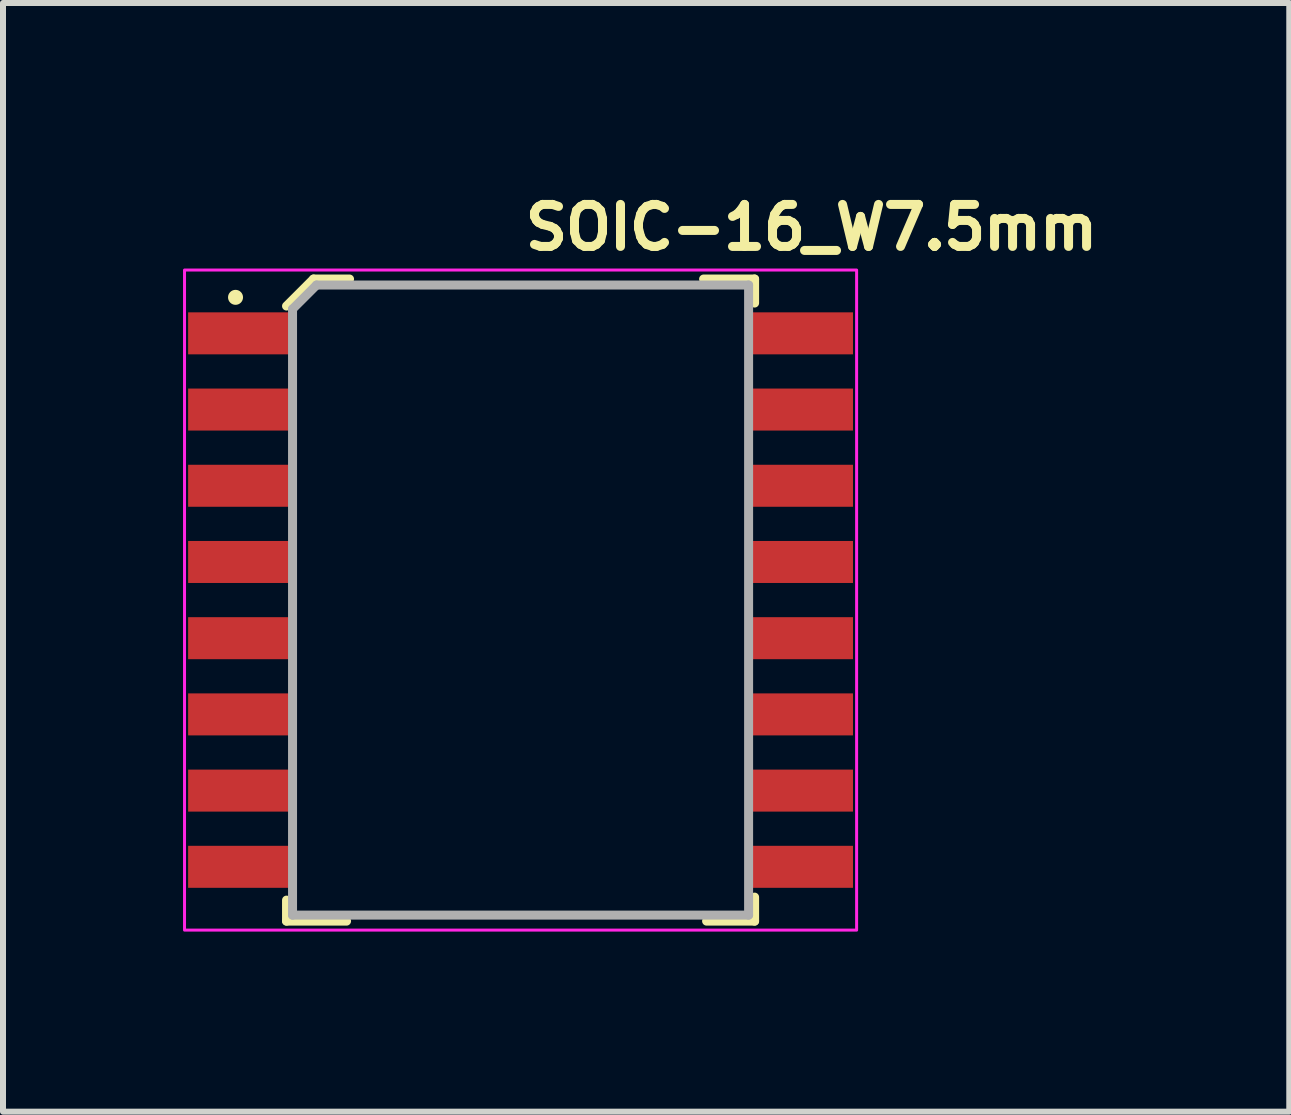
<source format=kicad_pcb>
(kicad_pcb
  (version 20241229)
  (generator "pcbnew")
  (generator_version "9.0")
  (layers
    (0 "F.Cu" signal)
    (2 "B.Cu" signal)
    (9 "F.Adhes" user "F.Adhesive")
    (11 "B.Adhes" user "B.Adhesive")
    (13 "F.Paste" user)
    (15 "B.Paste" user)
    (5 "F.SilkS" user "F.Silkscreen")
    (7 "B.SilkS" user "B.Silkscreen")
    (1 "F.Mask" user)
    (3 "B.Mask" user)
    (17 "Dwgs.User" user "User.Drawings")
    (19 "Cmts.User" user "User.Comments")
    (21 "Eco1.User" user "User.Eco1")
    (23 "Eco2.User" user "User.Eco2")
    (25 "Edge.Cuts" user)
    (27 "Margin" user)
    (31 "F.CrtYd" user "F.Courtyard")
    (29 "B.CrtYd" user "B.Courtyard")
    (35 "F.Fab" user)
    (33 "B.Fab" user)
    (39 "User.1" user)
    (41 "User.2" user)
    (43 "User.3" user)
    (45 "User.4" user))
  (footprint "SOIC-16_W7.5mm"
    (layer "F.Cu")
    (at 5.625 6.95)
    (property "Reference" "SOIC-16_W7.5mm" (at 0 -5.8 0) (layer "F.SilkS") (effects (font (size 0.7 0.7) (thickness 0.15)) (justify left bottom)))
    (attr smd)
    (fp_line (start -3.9 5) (end -3.9 5.35) (stroke (width 0.15) (type solid)) (layer "F.SilkS"))
    (fp_line (start -3.9 5.35) (end -2.9 5.35) (stroke (width 0.15) (type solid)) (layer "F.SilkS"))
    (fp_line (start -3.45 -5.35) (end -3.9 -4.9) (stroke (width 0.15) (type solid)) (layer "F.SilkS"))
    (fp_line (start -2.85 -5.35) (end -3.45 -5.35) (stroke (width 0.15) (type solid)) (layer "F.SilkS"))
    (fp_line (start 3.9 -5.35) (end 3.05 -5.35) (stroke (width 0.15) (type solid)) (layer "F.SilkS"))
    (fp_line (start 3.9 -4.95) (end 3.9 -5.35) (stroke (width 0.15) (type solid)) (layer "F.SilkS"))
    (fp_line (start 3.9 4.95) (end 3.9 5.35) (stroke (width 0.15) (type solid)) (layer "F.SilkS"))
    (fp_line (start 3.9 5.35) (end 3.1 5.35) (stroke (width 0.15) (type solid)) (layer "F.SilkS"))
    (fp_circle (center -4.75 -5.045) (end -4.7 -5.045) (stroke (width 0.15) (type solid)) (fill yes) (layer "F.SilkS"))
    (fp_rect (start 5.6 -5.5) (end -5.6 5.5) (stroke (width 0.05) (type solid)) (fill no) (layer "F.CrtYd"))
    (fp_line (start -3.8 -4.85) (end -3.8 5.25) (stroke (width 0.15) (type solid)) (layer "F.Fab"))
    (fp_line (start -3.8 -4.85) (end -3.4 -5.25) (stroke (width 0.15) (type solid)) (layer "F.Fab"))
    (fp_line (start 3.8 -5.25) (end -3.4 -5.25) (stroke (width 0.15) (type solid)) (layer "F.Fab"))
    (fp_line (start 3.8 -5.25) (end 3.8 5.25) (stroke (width 0.15) (type solid)) (layer "F.Fab"))
    (fp_line (start 3.8 5.25) (end -3.8 5.25) (stroke (width 0.15) (type solid)) (layer "F.Fab"))
    (fp_rect (start 5.167 -5.15) (end -5.167 5.15) (stroke (width 0.1) (type solid)) (fill no) (layer "User.5"))
    (fp_line (start -5.167 -4.65) (end -5.167 -4.24) (stroke (width 0.02) (type solid)) (layer "User.9"))
    (fp_line (start -5.167 -3.38) (end -5.167 -2.97) (stroke (width 0.02) (type solid)) (layer "User.9"))
    (fp_line (start -5.167 -2.11) (end -5.167 -1.7) (stroke (width 0.02) (type solid)) (layer "User.9"))
    (fp_line (start -5.167 -0.84) (end -5.167 -0.43) (stroke (width 0.02) (type solid)) (layer "User.9"))
    (fp_line (start -5.167 0.43) (end -5.167 0.84) (stroke (width 0.02) (type solid)) (layer "User.9"))
    (fp_line (start -5.167 1.7) (end -5.167 2.11) (stroke (width 0.02) (type solid)) (layer "User.9"))
    (fp_line (start -5.167 2.97) (end -5.167 3.38) (stroke (width 0.02) (type solid)) (layer "User.9"))
    (fp_line (start -5.167 4.24) (end -5.167 4.65) (stroke (width 0.02) (type solid)) (layer "User.9"))
    (fp_line (start -4.686 -4.65) (end -5.167 -4.65) (stroke (width 0.02) (type solid)) (layer "User.9"))
    (fp_line (start -4.686 -4.65) (end -4.54 -4.65) (stroke (width 0.02) (type solid)) (layer "User.9"))
    (fp_line (start -4.686 -4.24) (end -5.167 -4.24) (stroke (width 0.02) (type solid)) (layer "User.9"))
    (fp_line (start -4.686 -4.24) (end -4.54 -4.24) (stroke (width 0.02) (type solid)) (layer "User.9"))
    (fp_line (start -4.686 -3.38) (end -5.167 -3.38) (stroke (width 0.02) (type solid)) (layer "User.9"))
    (fp_line (start -4.686 -3.38) (end -4.54 -3.38) (stroke (width 0.02) (type solid)) (layer "User.9"))
    (fp_line (start -4.686 -2.97) (end -5.167 -2.97) (stroke (width 0.02) (type solid)) (layer "User.9"))
    (fp_line (start -4.686 -2.97) (end -4.54 -2.97) (stroke (width 0.02) (type solid)) (layer "User.9"))
    (fp_line (start -4.686 -2.11) (end -5.167 -2.11) (stroke (width 0.02) (type solid)) (layer "User.9"))
    (fp_line (start -4.686 -2.11) (end -4.54 -2.11) (stroke (width 0.02) (type solid)) (layer "User.9"))
    (fp_line (start -4.686 -1.7) (end -5.167 -1.7) (stroke (width 0.02) (type solid)) (layer "User.9"))
    (fp_line (start -4.686 -1.7) (end -4.54 -1.7) (stroke (width 0.02) (type solid)) (layer "User.9"))
    (fp_line (start -4.686 -0.84) (end -5.167 -0.84) (stroke (width 0.02) (type solid)) (layer "User.9"))
    (fp_line (start -4.686 -0.84) (end -4.54 -0.84) (stroke (width 0.02) (type solid)) (layer "User.9"))
    (fp_line (start -4.686 -0.43) (end -5.167 -0.43) (stroke (width 0.02) (type solid)) (layer "User.9"))
    (fp_line (start -4.686 -0.43) (end -4.54 -0.43) (stroke (width 0.02) (type solid)) (layer "User.9"))
    (fp_line (start -4.686 0.43) (end -5.167 0.43) (stroke (width 0.02) (type solid)) (layer "User.9"))
    (fp_line (start -4.686 0.43) (end -4.54 0.43) (stroke (width 0.02) (type solid)) (layer "User.9"))
    (fp_line (start -4.686 0.84) (end -5.167 0.84) (stroke (width 0.02) (type solid)) (layer "User.9"))
    (fp_line (start -4.686 0.84) (end -4.54 0.84) (stroke (width 0.02) (type solid)) (layer "User.9"))
    (fp_line (start -4.686 1.7) (end -5.167 1.7) (stroke (width 0.02) (type solid)) (layer "User.9"))
    (fp_line (start -4.686 1.7) (end -4.54 1.7) (stroke (width 0.02) (type solid)) (layer "User.9"))
    (fp_line (start -4.686 2.11) (end -5.167 2.11) (stroke (width 0.02) (type solid)) (layer "User.9"))
    (fp_line (start -4.686 2.11) (end -4.54 2.11) (stroke (width 0.02) (type solid)) (layer "User.9"))
    (fp_line (start -4.686 2.97) (end -5.167 2.97) (stroke (width 0.02) (type solid)) (layer "User.9"))
    (fp_line (start -4.686 2.97) (end -4.54 2.97) (stroke (width 0.02) (type solid)) (layer "User.9"))
    (fp_line (start -4.686 3.38) (end -5.167 3.38) (stroke (width 0.02) (type solid)) (layer "User.9"))
    (fp_line (start -4.686 3.38) (end -4.54 3.38) (stroke (width 0.02) (type solid)) (layer "User.9"))
    (fp_line (start -4.686 4.24) (end -5.167 4.24) (stroke (width 0.02) (type solid)) (layer "User.9"))
    (fp_line (start -4.686 4.24) (end -4.54 4.24) (stroke (width 0.02) (type solid)) (layer "User.9"))
    (fp_line (start -4.686 4.65) (end -5.167 4.65) (stroke (width 0.02) (type solid)) (layer "User.9"))
    (fp_line (start -4.686 4.65) (end -4.54 4.65) (stroke (width 0.02) (type solid)) (layer "User.9"))
    (fp_line (start -4.54 -4.65) (end -4.396 -4.65) (stroke (width 0.02) (type solid)) (layer "User.9"))
    (fp_line (start -4.54 -3.38) (end -4.396 -3.38) (stroke (width 0.02) (type solid)) (layer "User.9"))
    (fp_line (start -4.54 -2.11) (end -4.396 -2.11) (stroke (width 0.02) (type solid)) (layer "User.9"))
    (fp_line (start -4.54 -0.84) (end -4.396 -0.84) (stroke (width 0.02) (type solid)) (layer "User.9"))
    (fp_line (start -4.54 0.43) (end -4.396 0.43) (stroke (width 0.02) (type solid)) (layer "User.9"))
    (fp_line (start -4.54 1.7) (end -4.396 1.7) (stroke (width 0.02) (type solid)) (layer "User.9"))
    (fp_line (start -4.54 2.97) (end -4.396 2.97) (stroke (width 0.02) (type solid)) (layer "User.9"))
    (fp_line (start -4.54 4.24) (end -4.396 4.24) (stroke (width 0.02) (type solid)) (layer "User.9"))
    (fp_line (start -4.396 -4.65) (end -3.992 -4.65) (stroke (width 0.02) (type solid)) (layer "User.9"))
    (fp_line (start -4.396 -4.24) (end -4.54 -4.24) (stroke (width 0.02) (type solid)) (layer "User.9"))
    (fp_line (start -4.396 -4.24) (end -3.992 -4.24) (stroke (width 0.02) (type solid)) (layer "User.9"))
    (fp_line (start -4.396 -3.38) (end -3.992 -3.38) (stroke (width 0.02) (type solid)) (layer "User.9"))
    (fp_line (start -4.396 -2.97) (end -4.54 -2.97) (stroke (width 0.02) (type solid)) (layer "User.9"))
    (fp_line (start -4.396 -2.97) (end -3.992 -2.97) (stroke (width 0.02) (type solid)) (layer "User.9"))
    (fp_line (start -4.396 -2.11) (end -3.992 -2.11) (stroke (width 0.02) (type solid)) (layer "User.9"))
    (fp_line (start -4.396 -1.7) (end -4.54 -1.7) (stroke (width 0.02) (type solid)) (layer "User.9"))
    (fp_line (start -4.396 -1.7) (end -3.992 -1.7) (stroke (width 0.02) (type solid)) (layer "User.9"))
    (fp_line (start -4.396 -0.84) (end -3.992 -0.84) (stroke (width 0.02) (type solid)) (layer "User.9"))
    (fp_line (start -4.396 -0.43) (end -4.54 -0.43) (stroke (width 0.02) (type solid)) (layer "User.9"))
    (fp_line (start -4.396 -0.43) (end -3.992 -0.43) (stroke (width 0.02) (type solid)) (layer "User.9"))
    (fp_line (start -4.396 0.43) (end -3.992 0.43) (stroke (width 0.02) (type solid)) (layer "User.9"))
    (fp_line (start -4.396 0.84) (end -4.54 0.84) (stroke (width 0.02) (type solid)) (layer "User.9"))
    (fp_line (start -4.396 0.84) (end -3.992 0.84) (stroke (width 0.02) (type solid)) (layer "User.9"))
    (fp_line (start -4.396 1.7) (end -3.992 1.7) (stroke (width 0.02) (type solid)) (layer "User.9"))
    (fp_line (start -4.396 2.11) (end -4.54 2.11) (stroke (width 0.02) (type solid)) (layer "User.9"))
    (fp_line (start -4.396 2.11) (end -3.992 2.11) (stroke (width 0.02) (type solid)) (layer "User.9"))
    (fp_line (start -4.396 2.97) (end -3.992 2.97) (stroke (width 0.02) (type solid)) (layer "User.9"))
    (fp_line (start -4.396 3.38) (end -4.54 3.38) (stroke (width 0.02) (type solid)) (layer "User.9"))
    (fp_line (start -4.396 3.38) (end -3.992 3.38) (stroke (width 0.02) (type solid)) (layer "User.9"))
    (fp_line (start -4.396 4.24) (end -3.992 4.24) (stroke (width 0.02) (type solid)) (layer "User.9"))
    (fp_line (start -4.396 4.65) (end -4.54 4.65) (stroke (width 0.02) (type solid)) (layer "User.9"))
    (fp_line (start -4.396 4.65) (end -3.992 4.65) (stroke (width 0.02) (type solid)) (layer "User.9"))
    (fp_line (start -3.75 -4.963) (end -3.749 -4.973) (stroke (width 0.02) (type solid)) (layer "User.9"))
    (fp_line (start -3.75 -4.953) (end -3.75 -4.963) (stroke (width 0.02) (type solid)) (layer "User.9"))
    (fp_line (start -3.75 -4.95) (end -3.75 -4.953) (stroke (width 0.02) (type solid)) (layer "User.9"))
    (fp_line (start -3.75 -4.95) (end -3.75 4.95) (stroke (width 0.02) (type solid)) (layer "User.9"))
    (fp_line (start -3.75 -4.65) (end -3.992 -4.65) (stroke (width 0.02) (type solid)) (layer "User.9"))
    (fp_line (start -3.75 -4.65) (end -3.75 -4.24) (stroke (width 0.02) (type solid)) (layer "User.9"))
    (fp_line (start -3.75 -4.24) (end -3.992 -4.24) (stroke (width 0.02) (type solid)) (layer "User.9"))
    (fp_line (start -3.75 -3.38) (end -3.992 -3.38) (stroke (width 0.02) (type solid)) (layer "User.9"))
    (fp_line (start -3.75 -3.38) (end -3.75 -2.97) (stroke (width 0.02) (type solid)) (layer "User.9"))
    (fp_line (start -3.75 -2.97) (end -3.992 -2.97) (stroke (width 0.02) (type solid)) (layer "User.9"))
    (fp_line (start -3.75 -2.11) (end -3.992 -2.11) (stroke (width 0.02) (type solid)) (layer "User.9"))
    (fp_line (start -3.75 -2.11) (end -3.75 -1.7) (stroke (width 0.02) (type solid)) (layer "User.9"))
    (fp_line (start -3.75 -1.7) (end -3.992 -1.7) (stroke (width 0.02) (type solid)) (layer "User.9"))
    (fp_line (start -3.75 -0.84) (end -3.992 -0.84) (stroke (width 0.02) (type solid)) (layer "User.9"))
    (fp_line (start -3.75 -0.84) (end -3.75 -0.43) (stroke (width 0.02) (type solid)) (layer "User.9"))
    (fp_line (start -3.75 -0.43) (end -3.992 -0.43) (stroke (width 0.02) (type solid)) (layer "User.9"))
    (fp_line (start -3.75 0.43) (end -3.992 0.43) (stroke (width 0.02) (type solid)) (layer "User.9"))
    (fp_line (start -3.75 0.43) (end -3.75 0.84) (stroke (width 0.02) (type solid)) (layer "User.9"))
    (fp_line (start -3.75 0.84) (end -3.992 0.84) (stroke (width 0.02) (type solid)) (layer "User.9"))
    (fp_line (start -3.75 1.7) (end -3.992 1.7) (stroke (width 0.02) (type solid)) (layer "User.9"))
    (fp_line (start -3.75 1.7) (end -3.75 2.11) (stroke (width 0.02) (type solid)) (layer "User.9"))
    (fp_line (start -3.75 2.11) (end -3.992 2.11) (stroke (width 0.02) (type solid)) (layer "User.9"))
    (fp_line (start -3.75 2.97) (end -3.992 2.97) (stroke (width 0.02) (type solid)) (layer "User.9"))
    (fp_line (start -3.75 2.97) (end -3.75 3.38) (stroke (width 0.02) (type solid)) (layer "User.9"))
    (fp_line (start -3.75 3.38) (end -3.992 3.38) (stroke (width 0.02) (type solid)) (layer "User.9"))
    (fp_line (start -3.75 4.24) (end -3.992 4.24) (stroke (width 0.02) (type solid)) (layer "User.9"))
    (fp_line (start -3.75 4.24) (end -3.75 4.65) (stroke (width 0.02) (type solid)) (layer "User.9"))
    (fp_line (start -3.75 4.65) (end -3.992 4.65) (stroke (width 0.02) (type solid)) (layer "User.9"))
    (fp_line (start -3.75 4.953) (end -3.75 4.95) (stroke (width 0.02) (type solid)) (layer "User.9"))
    (fp_line (start -3.75 4.963) (end -3.75 4.953) (stroke (width 0.02) (type solid)) (layer "User.9"))
    (fp_line (start -3.749 -4.973) (end -3.748 -4.983) (stroke (width 0.02) (type solid)) (layer "User.9"))
    (fp_line (start -3.749 4.973) (end -3.75 4.963) (stroke (width 0.02) (type solid)) (layer "User.9"))
    (fp_line (start -3.748 -4.983) (end -3.746 -4.992) (stroke (width 0.02) (type solid)) (layer "User.9"))
    (fp_line (start -3.748 4.983) (end -3.749 4.973) (stroke (width 0.02) (type solid)) (layer "User.9"))
    (fp_line (start -3.746 -4.992) (end -3.744 -5.002) (stroke (width 0.02) (type solid)) (layer "User.9"))
    (fp_line (start -3.746 4.992) (end -3.748 4.983) (stroke (width 0.02) (type solid)) (layer "User.9"))
    (fp_line (start -3.744 -5.002) (end -3.742 -5.011) (stroke (width 0.02) (type solid)) (layer "User.9"))
    (fp_line (start -3.744 5.002) (end -3.746 4.992) (stroke (width 0.02) (type solid)) (layer "User.9"))
    (fp_line (start -3.742 -5.011) (end -3.739 -5.02) (stroke (width 0.02) (type solid)) (layer "User.9"))
    (fp_line (start -3.742 5.011) (end -3.744 5.002) (stroke (width 0.02) (type solid)) (layer "User.9"))
    (fp_line (start -3.739 -5.02) (end -3.735 -5.029) (stroke (width 0.02) (type solid)) (layer "User.9"))
    (fp_line (start -3.739 5.02) (end -3.742 5.011) (stroke (width 0.02) (type solid)) (layer "User.9"))
    (fp_line (start -3.735 -5.029) (end -3.731 -5.038) (stroke (width 0.02) (type solid)) (layer "User.9"))
    (fp_line (start -3.735 5.029) (end -3.739 5.02) (stroke (width 0.02) (type solid)) (layer "User.9"))
    (fp_line (start -3.731 -5.038) (end -3.727 -5.047) (stroke (width 0.02) (type solid)) (layer "User.9"))
    (fp_line (start -3.731 5.038) (end -3.735 5.029) (stroke (width 0.02) (type solid)) (layer "User.9"))
    (fp_line (start -3.727 -5.047) (end -3.722 -5.055) (stroke (width 0.02) (type solid)) (layer "User.9"))
    (fp_line (start -3.727 5.047) (end -3.731 5.038) (stroke (width 0.02) (type solid)) (layer "User.9"))
    (fp_line (start -3.722 -5.055) (end -3.717 -5.063) (stroke (width 0.02) (type solid)) (layer "User.9"))
    (fp_line (start -3.722 5.055) (end -3.727 5.047) (stroke (width 0.02) (type solid)) (layer "User.9"))
    (fp_line (start -3.717 -5.063) (end -3.711 -5.071) (stroke (width 0.02) (type solid)) (layer "User.9"))
    (fp_line (start -3.717 5.063) (end -3.722 5.055) (stroke (width 0.02) (type solid)) (layer "User.9"))
    (fp_line (start -3.711 -5.071) (end -3.705 -5.078) (stroke (width 0.02) (type solid)) (layer "User.9"))
    (fp_line (start -3.711 5.071) (end -3.717 5.063) (stroke (width 0.02) (type solid)) (layer "User.9"))
    (fp_line (start -3.705 -5.078) (end -3.699 -5.086) (stroke (width 0.02) (type solid)) (layer "User.9"))
    (fp_line (start -3.705 5.078) (end -3.711 5.071) (stroke (width 0.02) (type solid)) (layer "User.9"))
    (fp_line (start -3.699 -5.086) (end -3.692 -5.092) (stroke (width 0.02) (type solid)) (layer "User.9"))
    (fp_line (start -3.699 5.086) (end -3.705 5.078) (stroke (width 0.02) (type solid)) (layer "User.9"))
    (fp_line (start -3.692 -5.092) (end -3.686 -5.099) (stroke (width 0.02) (type solid)) (layer "User.9"))
    (fp_line (start -3.692 5.092) (end -3.699 5.086) (stroke (width 0.02) (type solid)) (layer "User.9"))
    (fp_line (start -3.686 -5.099) (end -3.678 -5.105) (stroke (width 0.02) (type solid)) (layer "User.9"))
    (fp_line (start -3.686 5.099) (end -3.692 5.092) (stroke (width 0.02) (type solid)) (layer "User.9"))
    (fp_line (start -3.678 -5.105) (end -3.671 -5.111) (stroke (width 0.02) (type solid)) (layer "User.9"))
    (fp_line (start -3.678 5.105) (end -3.686 5.099) (stroke (width 0.02) (type solid)) (layer "User.9"))
    (fp_line (start -3.671 -5.111) (end -3.663 -5.117) (stroke (width 0.02) (type solid)) (layer "User.9"))
    (fp_line (start -3.671 5.111) (end -3.678 5.105) (stroke (width 0.02) (type solid)) (layer "User.9"))
    (fp_line (start -3.663 -5.117) (end -3.655 -5.122) (stroke (width 0.02) (type solid)) (layer "User.9"))
    (fp_line (start -3.663 5.117) (end -3.671 5.111) (stroke (width 0.02) (type solid)) (layer "User.9"))
    (fp_line (start -3.655 -5.122) (end -3.647 -5.127) (stroke (width 0.02) (type solid)) (layer "User.9"))
    (fp_line (start -3.655 5.122) (end -3.663 5.117) (stroke (width 0.02) (type solid)) (layer "User.9"))
    (fp_line (start -3.647 -5.127) (end -3.638 -5.131) (stroke (width 0.02) (type solid)) (layer "User.9"))
    (fp_line (start -3.647 5.127) (end -3.655 5.122) (stroke (width 0.02) (type solid)) (layer "User.9"))
    (fp_line (start -3.638 -5.131) (end -3.629 -5.135) (stroke (width 0.02) (type solid)) (layer "User.9"))
    (fp_line (start -3.638 5.131) (end -3.647 5.127) (stroke (width 0.02) (type solid)) (layer "User.9"))
    (fp_line (start -3.629 -5.135) (end -3.62 -5.139) (stroke (width 0.02) (type solid)) (layer "User.9"))
    (fp_line (start -3.629 5.135) (end -3.638 5.131) (stroke (width 0.02) (type solid)) (layer "User.9"))
    (fp_line (start -3.62 -5.139) (end -3.611 -5.142) (stroke (width 0.02) (type solid)) (layer "User.9"))
    (fp_line (start -3.62 5.139) (end -3.629 5.135) (stroke (width 0.02) (type solid)) (layer "User.9"))
    (fp_line (start -3.611 -5.142) (end -3.602 -5.144) (stroke (width 0.02) (type solid)) (layer "User.9"))
    (fp_line (start -3.611 5.142) (end -3.62 5.139) (stroke (width 0.02) (type solid)) (layer "User.9"))
    (fp_line (start -3.602 -5.144) (end -3.592 -5.146) (stroke (width 0.02) (type solid)) (layer "User.9"))
    (fp_line (start -3.602 5.144) (end -3.611 5.142) (stroke (width 0.02) (type solid)) (layer "User.9"))
    (fp_line (start -3.592 -5.146) (end -3.583 -5.148) (stroke (width 0.02) (type solid)) (layer "User.9"))
    (fp_line (start -3.592 5.146) (end -3.602 5.144) (stroke (width 0.02) (type solid)) (layer "User.9"))
    (fp_line (start -3.583 -5.148) (end -3.573 -5.149) (stroke (width 0.02) (type solid)) (layer "User.9"))
    (fp_line (start -3.583 5.148) (end -3.592 5.146) (stroke (width 0.02) (type solid)) (layer "User.9"))
    (fp_line (start -3.573 -5.149) (end -3.563 -5.15) (stroke (width 0.02) (type solid)) (layer "User.9"))
    (fp_line (start -3.573 5.149) (end -3.583 5.148) (stroke (width 0.02) (type solid)) (layer "User.9"))
    (fp_line (start -3.563 -5.15) (end -3.553 -5.15) (stroke (width 0.02) (type solid)) (layer "User.9"))
    (fp_line (start -3.563 5.15) (end -3.573 5.149) (stroke (width 0.02) (type solid)) (layer "User.9"))
    (fp_line (start -3.553 -5.15) (end -3.55 -5.15) (stroke (width 0.02) (type solid)) (layer "User.9"))
    (fp_line (start -3.553 5.15) (end -3.563 5.15) (stroke (width 0.02) (type solid)) (layer "User.9"))
    (fp_line (start -3.55 -5.15) (end 3.55 -5.15) (stroke (width 0.02) (type solid)) (layer "User.9"))
    (fp_line (start -3.55 5.15) (end -3.553 5.15) (stroke (width 0.02) (type solid)) (layer "User.9"))
    (fp_line (start -3.55 5.15) (end 3.55 5.15) (stroke (width 0.02) (type solid)) (layer "User.9"))
    (fp_line (start 3.55 -5.15) (end 3.553 -5.15) (stroke (width 0.02) (type solid)) (layer "User.9"))
    (fp_line (start 3.553 -5.15) (end 3.563 -5.15) (stroke (width 0.02) (type solid)) (layer "User.9"))
    (fp_line (start 3.553 5.15) (end 3.55 5.15) (stroke (width 0.02) (type solid)) (layer "User.9"))
    (fp_line (start 3.563 -5.15) (end 3.573 -5.149) (stroke (width 0.02) (type solid)) (layer "User.9"))
    (fp_line (start 3.563 5.15) (end 3.553 5.15) (stroke (width 0.02) (type solid)) (layer "User.9"))
    (fp_line (start 3.573 -5.149) (end 3.583 -5.148) (stroke (width 0.02) (type solid)) (layer "User.9"))
    (fp_line (start 3.573 5.149) (end 3.563 5.15) (stroke (width 0.02) (type solid)) (layer "User.9"))
    (fp_line (start 3.583 -5.148) (end 3.592 -5.146) (stroke (width 0.02) (type solid)) (layer "User.9"))
    (fp_line (start 3.583 5.148) (end 3.573 5.149) (stroke (width 0.02) (type solid)) (layer "User.9"))
    (fp_line (start 3.592 -5.146) (end 3.602 -5.144) (stroke (width 0.02) (type solid)) (layer "User.9"))
    (fp_line (start 3.592 5.146) (end 3.583 5.148) (stroke (width 0.02) (type solid)) (layer "User.9"))
    (fp_line (start 3.602 -5.144) (end 3.611 -5.142) (stroke (width 0.02) (type solid)) (layer "User.9"))
    (fp_line (start 3.602 5.144) (end 3.592 5.146) (stroke (width 0.02) (type solid)) (layer "User.9"))
    (fp_line (start 3.611 -5.142) (end 3.62 -5.139) (stroke (width 0.02) (type solid)) (layer "User.9"))
    (fp_line (start 3.611 5.142) (end 3.602 5.144) (stroke (width 0.02) (type solid)) (layer "User.9"))
    (fp_line (start 3.62 -5.139) (end 3.629 -5.135) (stroke (width 0.02) (type solid)) (layer "User.9"))
    (fp_line (start 3.62 5.139) (end 3.611 5.142) (stroke (width 0.02) (type solid)) (layer "User.9"))
    (fp_line (start 3.629 -5.135) (end 3.638 -5.131) (stroke (width 0.02) (type solid)) (layer "User.9"))
    (fp_line (start 3.629 5.135) (end 3.62 5.139) (stroke (width 0.02) (type solid)) (layer "User.9"))
    (fp_line (start 3.638 -5.131) (end 3.647 -5.127) (stroke (width 0.02) (type solid)) (layer "User.9"))
    (fp_line (start 3.638 5.131) (end 3.629 5.135) (stroke (width 0.02) (type solid)) (layer "User.9"))
    (fp_line (start 3.647 -5.127) (end 3.655 -5.122) (stroke (width 0.02) (type solid)) (layer "User.9"))
    (fp_line (start 3.647 5.127) (end 3.638 5.131) (stroke (width 0.02) (type solid)) (layer "User.9"))
    (fp_line (start 3.655 -5.122) (end 3.663 -5.117) (stroke (width 0.02) (type solid)) (layer "User.9"))
    (fp_line (start 3.655 5.122) (end 3.647 5.127) (stroke (width 0.02) (type solid)) (layer "User.9"))
    (fp_line (start 3.663 -5.117) (end 3.671 -5.111) (stroke (width 0.02) (type solid)) (layer "User.9"))
    (fp_line (start 3.663 5.117) (end 3.655 5.122) (stroke (width 0.02) (type solid)) (layer "User.9"))
    (fp_line (start 3.671 -5.111) (end 3.678 -5.105) (stroke (width 0.02) (type solid)) (layer "User.9"))
    (fp_line (start 3.671 5.111) (end 3.663 5.117) (stroke (width 0.02) (type solid)) (layer "User.9"))
    (fp_line (start 3.678 -5.105) (end 3.686 -5.099) (stroke (width 0.02) (type solid)) (layer "User.9"))
    (fp_line (start 3.678 5.105) (end 3.671 5.111) (stroke (width 0.02) (type solid)) (layer "User.9"))
    (fp_line (start 3.686 -5.099) (end 3.692 -5.092) (stroke (width 0.02) (type solid)) (layer "User.9"))
    (fp_line (start 3.686 5.099) (end 3.678 5.105) (stroke (width 0.02) (type solid)) (layer "User.9"))
    (fp_line (start 3.692 -5.092) (end 3.699 -5.086) (stroke (width 0.02) (type solid)) (layer "User.9"))
    (fp_line (start 3.692 5.092) (end 3.686 5.099) (stroke (width 0.02) (type solid)) (layer "User.9"))
    (fp_line (start 3.699 -5.086) (end 3.705 -5.078) (stroke (width 0.02) (type solid)) (layer "User.9"))
    (fp_line (start 3.699 5.086) (end 3.692 5.092) (stroke (width 0.02) (type solid)) (layer "User.9"))
    (fp_line (start 3.705 -5.078) (end 3.711 -5.071) (stroke (width 0.02) (type solid)) (layer "User.9"))
    (fp_line (start 3.705 5.078) (end 3.699 5.086) (stroke (width 0.02) (type solid)) (layer "User.9"))
    (fp_line (start 3.711 -5.071) (end 3.717 -5.063) (stroke (width 0.02) (type solid)) (layer "User.9"))
    (fp_line (start 3.711 5.071) (end 3.705 5.078) (stroke (width 0.02) (type solid)) (layer "User.9"))
    (fp_line (start 3.717 -5.063) (end 3.722 -5.055) (stroke (width 0.02) (type solid)) (layer "User.9"))
    (fp_line (start 3.717 5.063) (end 3.711 5.071) (stroke (width 0.02) (type solid)) (layer "User.9"))
    (fp_line (start 3.722 -5.055) (end 3.727 -5.047) (stroke (width 0.02) (type solid)) (layer "User.9"))
    (fp_line (start 3.722 5.055) (end 3.717 5.063) (stroke (width 0.02) (type solid)) (layer "User.9"))
    (fp_line (start 3.727 -5.047) (end 3.731 -5.038) (stroke (width 0.02) (type solid)) (layer "User.9"))
    (fp_line (start 3.727 5.047) (end 3.722 5.055) (stroke (width 0.02) (type solid)) (layer "User.9"))
    (fp_line (start 3.731 -5.038) (end 3.735 -5.029) (stroke (width 0.02) (type solid)) (layer "User.9"))
    (fp_line (start 3.731 5.038) (end 3.727 5.047) (stroke (width 0.02) (type solid)) (layer "User.9"))
    (fp_line (start 3.735 -5.029) (end 3.739 -5.02) (stroke (width 0.02) (type solid)) (layer "User.9"))
    (fp_line (start 3.735 5.029) (end 3.731 5.038) (stroke (width 0.02) (type solid)) (layer "User.9"))
    (fp_line (start 3.739 -5.02) (end 3.742 -5.011) (stroke (width 0.02) (type solid)) (layer "User.9"))
    (fp_line (start 3.739 5.02) (end 3.735 5.029) (stroke (width 0.02) (type solid)) (layer "User.9"))
    (fp_line (start 3.742 -5.011) (end 3.744 -5.002) (stroke (width 0.02) (type solid)) (layer "User.9"))
    (fp_line (start 3.742 5.011) (end 3.739 5.02) (stroke (width 0.02) (type solid)) (layer "User.9"))
    (fp_line (start 3.744 -5.002) (end 3.746 -4.992) (stroke (width 0.02) (type solid)) (layer "User.9"))
    (fp_line (start 3.744 5.002) (end 3.742 5.011) (stroke (width 0.02) (type solid)) (layer "User.9"))
    (fp_line (start 3.746 -4.992) (end 3.748 -4.983) (stroke (width 0.02) (type solid)) (layer "User.9"))
    (fp_line (start 3.746 4.992) (end 3.744 5.002) (stroke (width 0.02) (type solid)) (layer "User.9"))
    (fp_line (start 3.748 -4.983) (end 3.749 -4.973) (stroke (width 0.02) (type solid)) (layer "User.9"))
    (fp_line (start 3.748 4.983) (end 3.746 4.992) (stroke (width 0.02) (type solid)) (layer "User.9"))
    (fp_line (start 3.749 -4.973) (end 3.75 -4.963) (stroke (width 0.02) (type solid)) (layer "User.9"))
    (fp_line (start 3.749 4.973) (end 3.748 4.983) (stroke (width 0.02) (type solid)) (layer "User.9"))
    (fp_line (start 3.75 -4.963) (end 3.75 -4.953) (stroke (width 0.02) (type solid)) (layer "User.9"))
    (fp_line (start 3.75 -4.953) (end 3.75 -4.95) (stroke (width 0.02) (type solid)) (layer "User.9"))
    (fp_line (start 3.75 -4.95) (end 3.75 4.95) (stroke (width 0.02) (type solid)) (layer "User.9"))
    (fp_line (start 3.75 -4.65) (end 3.992 -4.65) (stroke (width 0.02) (type solid)) (layer "User.9"))
    (fp_line (start 3.75 -4.24) (end 3.75 -4.65) (stroke (width 0.02) (type solid)) (layer "User.9"))
    (fp_line (start 3.75 -4.24) (end 3.992 -4.24) (stroke (width 0.02) (type solid)) (layer "User.9"))
    (fp_line (start 3.75 -3.38) (end 3.992 -3.38) (stroke (width 0.02) (type solid)) (layer "User.9"))
    (fp_line (start 3.75 -2.97) (end 3.75 -3.38) (stroke (width 0.02) (type solid)) (layer "User.9"))
    (fp_line (start 3.75 -2.97) (end 3.992 -2.97) (stroke (width 0.02) (type solid)) (layer "User.9"))
    (fp_line (start 3.75 -2.11) (end 3.992 -2.11) (stroke (width 0.02) (type solid)) (layer "User.9"))
    (fp_line (start 3.75 -1.7) (end 3.75 -2.11) (stroke (width 0.02) (type solid)) (layer "User.9"))
    (fp_line (start 3.75 -1.7) (end 3.992 -1.7) (stroke (width 0.02) (type solid)) (layer "User.9"))
    (fp_line (start 3.75 -0.84) (end 3.992 -0.84) (stroke (width 0.02) (type solid)) (layer "User.9"))
    (fp_line (start 3.75 -0.43) (end 3.75 -0.84) (stroke (width 0.02) (type solid)) (layer "User.9"))
    (fp_line (start 3.75 -0.43) (end 3.992 -0.43) (stroke (width 0.02) (type solid)) (layer "User.9"))
    (fp_line (start 3.75 0.43) (end 3.992 0.43) (stroke (width 0.02) (type solid)) (layer "User.9"))
    (fp_line (start 3.75 0.84) (end 3.75 0.43) (stroke (width 0.02) (type solid)) (layer "User.9"))
    (fp_line (start 3.75 0.84) (end 3.992 0.84) (stroke (width 0.02) (type solid)) (layer "User.9"))
    (fp_line (start 3.75 1.7) (end 3.992 1.7) (stroke (width 0.02) (type solid)) (layer "User.9"))
    (fp_line (start 3.75 2.11) (end 3.75 1.7) (stroke (width 0.02) (type solid)) (layer "User.9"))
    (fp_line (start 3.75 2.11) (end 3.992 2.11) (stroke (width 0.02) (type solid)) (layer "User.9"))
    (fp_line (start 3.75 2.97) (end 3.992 2.97) (stroke (width 0.02) (type solid)) (layer "User.9"))
    (fp_line (start 3.75 3.38) (end 3.75 2.97) (stroke (width 0.02) (type solid)) (layer "User.9"))
    (fp_line (start 3.75 3.38) (end 3.992 3.38) (stroke (width 0.02) (type solid)) (layer "User.9"))
    (fp_line (start 3.75 4.24) (end 3.992 4.24) (stroke (width 0.02) (type solid)) (layer "User.9"))
    (fp_line (start 3.75 4.65) (end 3.75 4.24) (stroke (width 0.02) (type solid)) (layer "User.9"))
    (fp_line (start 3.75 4.65) (end 3.992 4.65) (stroke (width 0.02) (type solid)) (layer "User.9"))
    (fp_line (start 3.75 4.95) (end 3.75 4.953) (stroke (width 0.02) (type solid)) (layer "User.9"))
    (fp_line (start 3.75 4.953) (end 3.75 4.963) (stroke (width 0.02) (type solid)) (layer "User.9"))
    (fp_line (start 3.75 4.963) (end 3.749 4.973) (stroke (width 0.02) (type solid)) (layer "User.9"))
    (fp_line (start 4.396 -4.65) (end 3.992 -4.65) (stroke (width 0.02) (type solid)) (layer "User.9"))
    (fp_line (start 4.396 -4.65) (end 4.54 -4.65) (stroke (width 0.02) (type solid)) (layer "User.9"))
    (fp_line (start 4.396 -4.24) (end 3.992 -4.24) (stroke (width 0.02) (type solid)) (layer "User.9"))
    (fp_line (start 4.396 -3.38) (end 3.992 -3.38) (stroke (width 0.02) (type solid)) (layer "User.9"))
    (fp_line (start 4.396 -3.38) (end 4.54 -3.38) (stroke (width 0.02) (type solid)) (layer "User.9"))
    (fp_line (start 4.396 -2.97) (end 3.992 -2.97) (stroke (width 0.02) (type solid)) (layer "User.9"))
    (fp_line (start 4.396 -2.11) (end 3.992 -2.11) (stroke (width 0.02) (type solid)) (layer "User.9"))
    (fp_line (start 4.396 -2.11) (end 4.54 -2.11) (stroke (width 0.02) (type solid)) (layer "User.9"))
    (fp_line (start 4.396 -1.7) (end 3.992 -1.7) (stroke (width 0.02) (type solid)) (layer "User.9"))
    (fp_line (start 4.396 -0.84) (end 3.992 -0.84) (stroke (width 0.02) (type solid)) (layer "User.9"))
    (fp_line (start 4.396 -0.84) (end 4.54 -0.84) (stroke (width 0.02) (type solid)) (layer "User.9"))
    (fp_line (start 4.396 -0.43) (end 3.992 -0.43) (stroke (width 0.02) (type solid)) (layer "User.9"))
    (fp_line (start 4.396 0.43) (end 3.992 0.43) (stroke (width 0.02) (type solid)) (layer "User.9"))
    (fp_line (start 4.396 0.43) (end 4.54 0.43) (stroke (width 0.02) (type solid)) (layer "User.9"))
    (fp_line (start 4.396 0.84) (end 3.992 0.84) (stroke (width 0.02) (type solid)) (layer "User.9"))
    (fp_line (start 4.396 1.7) (end 3.992 1.7) (stroke (width 0.02) (type solid)) (layer "User.9"))
    (fp_line (start 4.396 1.7) (end 4.54 1.7) (stroke (width 0.02) (type solid)) (layer "User.9"))
    (fp_line (start 4.396 2.11) (end 3.992 2.11) (stroke (width 0.02) (type solid)) (layer "User.9"))
    (fp_line (start 4.396 2.97) (end 3.992 2.97) (stroke (width 0.02) (type solid)) (layer "User.9"))
    (fp_line (start 4.396 2.97) (end 4.54 2.97) (stroke (width 0.02) (type solid)) (layer "User.9"))
    (fp_line (start 4.396 3.38) (end 3.992 3.38) (stroke (width 0.02) (type solid)) (layer "User.9"))
    (fp_line (start 4.396 4.24) (end 3.992 4.24) (stroke (width 0.02) (type solid)) (layer "User.9"))
    (fp_line (start 4.396 4.24) (end 4.54 4.24) (stroke (width 0.02) (type solid)) (layer "User.9"))
    (fp_line (start 4.396 4.65) (end 3.992 4.65) (stroke (width 0.02) (type solid)) (layer "User.9"))
    (fp_line (start 4.54 -4.24) (end 4.396 -4.24) (stroke (width 0.02) (type solid)) (layer "User.9"))
    (fp_line (start 4.54 -2.97) (end 4.396 -2.97) (stroke (width 0.02) (type solid)) (layer "User.9"))
    (fp_line (start 4.54 -1.7) (end 4.396 -1.7) (stroke (width 0.02) (type solid)) (layer "User.9"))
    (fp_line (start 4.54 -0.43) (end 4.396 -0.43) (stroke (width 0.02) (type solid)) (layer "User.9"))
    (fp_line (start 4.54 0.84) (end 4.396 0.84) (stroke (width 0.02) (type solid)) (layer "User.9"))
    (fp_line (start 4.54 2.11) (end 4.396 2.11) (stroke (width 0.02) (type solid)) (layer "User.9"))
    (fp_line (start 4.54 3.38) (end 4.396 3.38) (stroke (width 0.02) (type solid)) (layer "User.9"))
    (fp_line (start 4.54 4.65) (end 4.396 4.65) (stroke (width 0.02) (type solid)) (layer "User.9"))
    (fp_line (start 4.686 -4.65) (end 4.54 -4.65) (stroke (width 0.02) (type solid)) (layer "User.9"))
    (fp_line (start 4.686 -4.65) (end 5.167 -4.65) (stroke (width 0.02) (type solid)) (layer "User.9"))
    (fp_line (start 4.686 -4.24) (end 4.54 -4.24) (stroke (width 0.02) (type solid)) (layer "User.9"))
    (fp_line (start 4.686 -4.24) (end 5.167 -4.24) (stroke (width 0.02) (type solid)) (layer "User.9"))
    (fp_line (start 4.686 -3.38) (end 4.54 -3.38) (stroke (width 0.02) (type solid)) (layer "User.9"))
    (fp_line (start 4.686 -3.38) (end 5.167 -3.38) (stroke (width 0.02) (type solid)) (layer "User.9"))
    (fp_line (start 4.686 -2.97) (end 4.54 -2.97) (stroke (width 0.02) (type solid)) (layer "User.9"))
    (fp_line (start 4.686 -2.97) (end 5.167 -2.97) (stroke (width 0.02) (type solid)) (layer "User.9"))
    (fp_line (start 4.686 -2.11) (end 4.54 -2.11) (stroke (width 0.02) (type solid)) (layer "User.9"))
    (fp_line (start 4.686 -2.11) (end 5.167 -2.11) (stroke (width 0.02) (type solid)) (layer "User.9"))
    (fp_line (start 4.686 -1.7) (end 4.54 -1.7) (stroke (width 0.02) (type solid)) (layer "User.9"))
    (fp_line (start 4.686 -1.7) (end 5.167 -1.7) (stroke (width 0.02) (type solid)) (layer "User.9"))
    (fp_line (start 4.686 -0.84) (end 4.54 -0.84) (stroke (width 0.02) (type solid)) (layer "User.9"))
    (fp_line (start 4.686 -0.84) (end 5.167 -0.84) (stroke (width 0.02) (type solid)) (layer "User.9"))
    (fp_line (start 4.686 -0.43) (end 4.54 -0.43) (stroke (width 0.02) (type solid)) (layer "User.9"))
    (fp_line (start 4.686 -0.43) (end 5.167 -0.43) (stroke (width 0.02) (type solid)) (layer "User.9"))
    (fp_line (start 4.686 0.43) (end 4.54 0.43) (stroke (width 0.02) (type solid)) (layer "User.9"))
    (fp_line (start 4.686 0.43) (end 5.167 0.43) (stroke (width 0.02) (type solid)) (layer "User.9"))
    (fp_line (start 4.686 0.84) (end 4.54 0.84) (stroke (width 0.02) (type solid)) (layer "User.9"))
    (fp_line (start 4.686 0.84) (end 5.167 0.84) (stroke (width 0.02) (type solid)) (layer "User.9"))
    (fp_line (start 4.686 1.7) (end 4.54 1.7) (stroke (width 0.02) (type solid)) (layer "User.9"))
    (fp_line (start 4.686 1.7) (end 5.167 1.7) (stroke (width 0.02) (type solid)) (layer "User.9"))
    (fp_line (start 4.686 2.11) (end 4.54 2.11) (stroke (width 0.02) (type solid)) (layer "User.9"))
    (fp_line (start 4.686 2.11) (end 5.167 2.11) (stroke (width 0.02) (type solid)) (layer "User.9"))
    (fp_line (start 4.686 2.97) (end 4.54 2.97) (stroke (width 0.02) (type solid)) (layer "User.9"))
    (fp_line (start 4.686 2.97) (end 5.167 2.97) (stroke (width 0.02) (type solid)) (layer "User.9"))
    (fp_line (start 4.686 3.38) (end 4.54 3.38) (stroke (width 0.02) (type solid)) (layer "User.9"))
    (fp_line (start 4.686 3.38) (end 5.167 3.38) (stroke (width 0.02) (type solid)) (layer "User.9"))
    (fp_line (start 4.686 4.24) (end 4.54 4.24) (stroke (width 0.02) (type solid)) (layer "User.9"))
    (fp_line (start 4.686 4.24) (end 5.167 4.24) (stroke (width 0.02) (type solid)) (layer "User.9"))
    (fp_line (start 4.686 4.65) (end 4.54 4.65) (stroke (width 0.02) (type solid)) (layer "User.9"))
    (fp_line (start 4.686 4.65) (end 5.167 4.65) (stroke (width 0.02) (type solid)) (layer "User.9"))
    (fp_line (start 5.167 -4.24) (end 5.167 -4.65) (stroke (width 0.02) (type solid)) (layer "User.9"))
    (fp_line (start 5.167 -2.97) (end 5.167 -3.38) (stroke (width 0.02) (type solid)) (layer "User.9"))
    (fp_line (start 5.167 -1.7) (end 5.167 -2.11) (stroke (width 0.02) (type solid)) (layer "User.9"))
    (fp_line (start 5.167 -0.43) (end 5.167 -0.84) (stroke (width 0.02) (type solid)) (layer "User.9"))
    (fp_line (start 5.167 0.84) (end 5.167 0.43) (stroke (width 0.02) (type solid)) (layer "User.9"))
    (fp_line (start 5.167 2.11) (end 5.167 1.7) (stroke (width 0.02) (type solid)) (layer "User.9"))
    (fp_line (start 5.167 3.38) (end 5.167 2.97) (stroke (width 0.02) (type solid)) (layer "User.9"))
    (fp_line (start 5.167 4.65) (end 5.167 4.24) (stroke (width 0.02) (type solid)) (layer "User.9"))
    (pad "1" smd rect (at -4.69 -4.445 270) (size 0.7 1.7) (layers "F.Cu" "F.Mask" "F.Paste"))
    (pad "2" smd rect (at -4.69 -3.175 270) (size 0.7 1.7) (layers "F.Cu" "F.Mask" "F.Paste"))
    (pad "3" smd rect (at -4.69 -1.905 270) (size 0.7 1.7) (layers "F.Cu" "F.Mask" "F.Paste"))
    (pad "4" smd rect (at -4.69 -0.635 270) (size 0.7 1.7) (layers "F.Cu" "F.Mask" "F.Paste"))
    (pad "5" smd rect (at -4.69 0.635 270) (size 0.7 1.7) (layers "F.Cu" "F.Mask" "F.Paste"))
    (pad "6" smd rect (at -4.69 1.905 270) (size 0.7 1.7) (layers "F.Cu" "F.Mask" "F.Paste"))
    (pad "7" smd rect (at -4.69 3.175 270) (size 0.7 1.7) (layers "F.Cu" "F.Mask" "F.Paste"))
    (pad "8" smd rect (at -4.69 4.445 270) (size 0.7 1.7) (layers "F.Cu" "F.Mask" "F.Paste"))
    (pad "9" smd rect (at 4.69 4.445 270) (size 0.7 1.7) (layers "F.Cu" "F.Mask" "F.Paste"))
    (pad "10" smd rect (at 4.69 3.175 270) (size 0.7 1.7) (layers "F.Cu" "F.Mask" "F.Paste"))
    (pad "11" smd rect (at 4.69 1.905 270) (size 0.7 1.7) (layers "F.Cu" "F.Mask" "F.Paste"))
    (pad "12" smd rect (at 4.69 0.635 270) (size 0.7 1.7) (layers "F.Cu" "F.Mask" "F.Paste"))
    (pad "13" smd rect (at 4.69 -0.635 270) (size 0.7 1.7) (layers "F.Cu" "F.Mask" "F.Paste"))
    (pad "14" smd rect (at 4.69 -1.905 270) (size 0.7 1.7) (layers "F.Cu" "F.Mask" "F.Paste"))
    (pad "15" smd rect (at 4.69 -3.175 270) (size 0.7 1.7) (layers "F.Cu" "F.Mask" "F.Paste"))
    (pad "16" smd rect (at 4.69 -4.445 270) (size 0.7 1.7) (layers "F.Cu" "F.Mask" "F.Paste")))
  (gr_rect
    (start -3 -3)
    (end 18.435 15.475)
    (stroke (width 0.1) (type default))
    (fill no)
    (layer "Edge.Cuts")))
</source>
